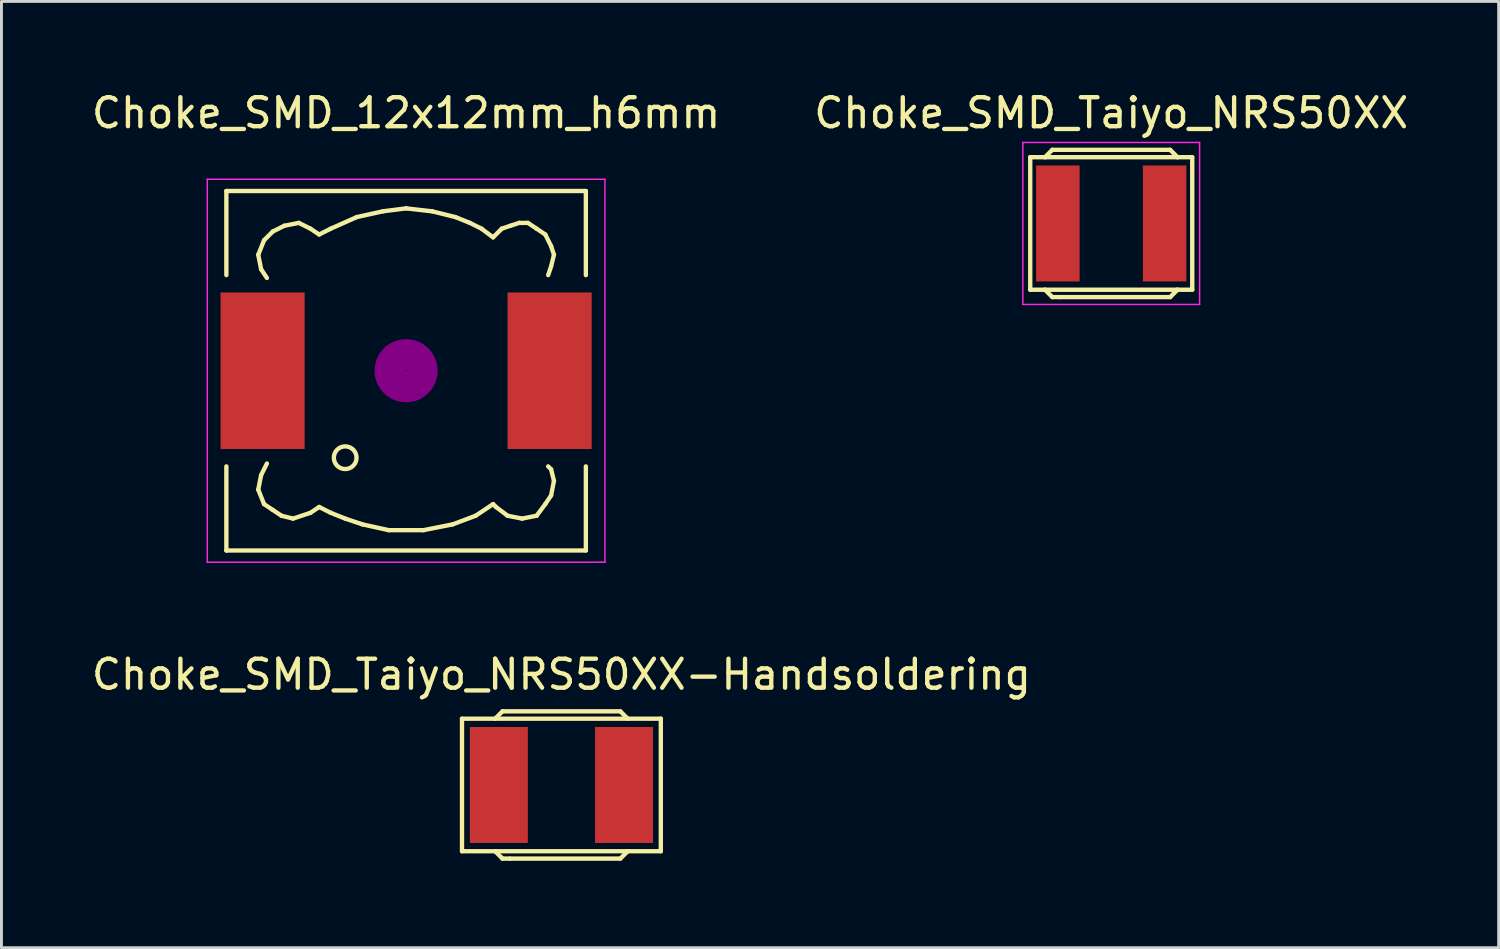
<source format=kicad_pcb>
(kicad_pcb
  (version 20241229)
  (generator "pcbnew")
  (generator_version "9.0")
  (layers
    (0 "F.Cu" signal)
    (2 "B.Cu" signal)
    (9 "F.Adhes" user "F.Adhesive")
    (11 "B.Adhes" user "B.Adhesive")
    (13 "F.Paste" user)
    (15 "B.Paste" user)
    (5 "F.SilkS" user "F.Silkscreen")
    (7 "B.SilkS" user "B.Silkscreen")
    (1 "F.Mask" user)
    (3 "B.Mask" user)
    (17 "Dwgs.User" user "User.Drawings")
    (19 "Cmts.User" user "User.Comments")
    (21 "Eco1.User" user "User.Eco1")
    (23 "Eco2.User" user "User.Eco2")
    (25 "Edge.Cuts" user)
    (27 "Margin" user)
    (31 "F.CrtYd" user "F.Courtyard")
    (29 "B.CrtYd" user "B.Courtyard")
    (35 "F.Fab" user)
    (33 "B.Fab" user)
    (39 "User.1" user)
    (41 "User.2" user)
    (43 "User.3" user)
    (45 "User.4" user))
  (footprint "Choke_SMD_Taiyo_NRS50XX-Handsoldering"
    (layer "F.Cu")
    (at 16.315 24.026)
    (property "Reference" "Choke_SMD_Taiyo_NRS50XX-Handsoldering" (at 0 -3.81 0) (layer "F.SilkS") (effects (font (size 1 1) (thickness 0.15))))
    (attr smd)
    (fp_line (start -3.429 -2.286) (end -3.429 2.286) (stroke (width 0.15) (type solid)) (layer "F.SilkS"))
    (fp_line (start -3.429 2.286) (end -2.286 2.286) (stroke (width 0.15) (type solid)) (layer "F.SilkS"))
    (fp_line (start -2.286 -2.286) (end -3.429 -2.286) (stroke (width 0.15) (type solid)) (layer "F.SilkS"))
    (fp_line (start -2.286 -2.286) (end -2.032 -2.54) (stroke (width 0.15) (type solid)) (layer "F.SilkS"))
    (fp_line (start -2.286 -2.286) (end 2.286 -2.286) (stroke (width 0.15) (type solid)) (layer "F.SilkS"))
    (fp_line (start -2.286 2.286) (end 2.286 2.286) (stroke (width 0.15) (type solid)) (layer "F.SilkS"))
    (fp_line (start -2.032 -2.54) (end 2.032 -2.54) (stroke (width 0.15) (type solid)) (layer "F.SilkS"))
    (fp_line (start -2.032 2.54) (end -2.286 2.286) (stroke (width 0.15) (type solid)) (layer "F.SilkS"))
    (fp_line (start -1.778 2.54) (end -2.032 2.54) (stroke (width 0.15) (type solid)) (layer "F.SilkS"))
    (fp_line (start 2.032 -2.54) (end 2.286 -2.286) (stroke (width 0.15) (type solid)) (layer "F.SilkS"))
    (fp_line (start 2.032 2.54) (end -1.778 2.54) (stroke (width 0.15) (type solid)) (layer "F.SilkS"))
    (fp_line (start 2.286 -2.286) (end 3.429 -2.286) (stroke (width 0.15) (type solid)) (layer "F.SilkS"))
    (fp_line (start 2.286 2.286) (end 2.032 2.54) (stroke (width 0.15) (type solid)) (layer "F.SilkS"))
    (fp_line (start 3.429 -2.286) (end 3.429 2.286) (stroke (width 0.15) (type solid)) (layer "F.SilkS"))
    (fp_line (start 3.429 2.286) (end 2.286 2.286) (stroke (width 0.15) (type solid)) (layer "F.SilkS"))
    (pad "1" smd rect (at -2.159 0) (size 2 4) (layers "F.Cu" "F.Mask" "F.Paste"))
    (pad "2" smd rect (at 2.159 0) (size 2 4) (layers "F.Cu" "F.Mask" "F.Paste")))
  (footprint "Choke_SMD_12x12mm_h6mm"
    (layer "F.Cu")
    (at 10.958 9.738)
    (property "Reference" "Choke_SMD_12x12mm_h6mm" (at 0 -8.89 0) (layer "F.SilkS") (effects (font (size 1 1) (thickness 0.15))))
    (attr smd)
    (fp_line (start -6.2 -6.2) (end -6.2 -3.299) (stroke (width 0.15) (type solid)) (layer "F.SilkS"))
    (fp_line (start -6.2 3.299) (end -6.2 6.2) (stroke (width 0.15) (type solid)) (layer "F.SilkS"))
    (fp_line (start -6.2 6.2) (end 6.2 6.2) (stroke (width 0.15) (type solid)) (layer "F.SilkS"))
    (fp_line (start -5.1 -4) (end -5.001 -3.5) (stroke (width 0.15) (type solid)) (layer "F.SilkS"))
    (fp_line (start -5.1 4.1) (end -5.001 3.599) (stroke (width 0.15) (type solid)) (layer "F.SilkS"))
    (fp_line (start -5.001 -3.5) (end -4.801 -3.2) (stroke (width 0.15) (type solid)) (layer "F.SilkS"))
    (fp_line (start -5.001 3.599) (end -4.801 3.2) (stroke (width 0.15) (type solid)) (layer "F.SilkS"))
    (fp_line (start -4.9 -4.501) (end -5.1 -4) (stroke (width 0.15) (type solid)) (layer "F.SilkS"))
    (fp_line (start -4.9 4.6) (end -5.1 4.1) (stroke (width 0.15) (type solid)) (layer "F.SilkS"))
    (fp_line (start -4.6 -4.801) (end -4.9 -4.501) (stroke (width 0.15) (type solid)) (layer "F.SilkS"))
    (fp_line (start -4.6 4.801) (end -4.9 4.6) (stroke (width 0.15) (type solid)) (layer "F.SilkS"))
    (fp_line (start -4.3 5.001) (end -4.6 4.801) (stroke (width 0.15) (type solid)) (layer "F.SilkS"))
    (fp_line (start -4.201 -5.001) (end -4.6 -4.801) (stroke (width 0.15) (type solid)) (layer "F.SilkS"))
    (fp_line (start -3.899 5.1) (end -4.3 5.001) (stroke (width 0.15) (type solid)) (layer "F.SilkS"))
    (fp_line (start -3.701 -5.1) (end -4.201 -5.001) (stroke (width 0.15) (type solid)) (layer "F.SilkS"))
    (fp_line (start -3.299 -4.9) (end -3.701 -5.1) (stroke (width 0.15) (type solid)) (layer "F.SilkS"))
    (fp_line (start -3.299 4.9) (end -3.899 5.1) (stroke (width 0.15) (type solid)) (layer "F.SilkS"))
    (fp_line (start -3 -4.699) (end -3.299 -4.9) (stroke (width 0.15) (type solid)) (layer "F.SilkS"))
    (fp_line (start -3 4.699) (end -3.299 4.9) (stroke (width 0.15) (type solid)) (layer "F.SilkS"))
    (fp_line (start -2.601 -4.9) (end -3 -4.699) (stroke (width 0.15) (type solid)) (layer "F.SilkS"))
    (fp_line (start -2.601 4.9) (end -3 4.699) (stroke (width 0.15) (type solid)) (layer "F.SilkS"))
    (fp_line (start -2.101 5.1) (end -2.601 4.9) (stroke (width 0.15) (type solid)) (layer "F.SilkS"))
    (fp_line (start -1.699 -5.301) (end -2.601 -4.9) (stroke (width 0.15) (type solid)) (layer "F.SilkS"))
    (fp_line (start -1.501 5.301) (end -2.101 5.1) (stroke (width 0.15) (type solid)) (layer "F.SilkS"))
    (fp_line (start -0.8 -5.499) (end -1.699 -5.301) (stroke (width 0.15) (type solid)) (layer "F.SilkS"))
    (fp_line (start -0.599 5.499) (end -1.501 5.301) (stroke (width 0.15) (type solid)) (layer "F.SilkS"))
    (fp_line (start 0 -5.601) (end -0.8 -5.499) (stroke (width 0.15) (type solid)) (layer "F.SilkS"))
    (fp_line (start 0.599 5.499) (end -0.599 5.499) (stroke (width 0.15) (type solid)) (layer "F.SilkS"))
    (fp_line (start 0.899 -5.499) (end 0 -5.601) (stroke (width 0.15) (type solid)) (layer "F.SilkS"))
    (fp_line (start 1.6 5.301) (end 0.599 5.499) (stroke (width 0.15) (type solid)) (layer "F.SilkS"))
    (fp_line (start 1.699 -5.301) (end 0.899 -5.499) (stroke (width 0.15) (type solid)) (layer "F.SilkS"))
    (fp_line (start 2.2 -5.1) (end 1.699 -5.301) (stroke (width 0.15) (type solid)) (layer "F.SilkS"))
    (fp_line (start 2.4 5.001) (end 1.6 5.301) (stroke (width 0.15) (type solid)) (layer "F.SilkS"))
    (fp_line (start 2.601 -4.9) (end 2.2 -5.1) (stroke (width 0.15) (type solid)) (layer "F.SilkS"))
    (fp_line (start 3 -4.6) (end 2.601 -4.9) (stroke (width 0.15) (type solid)) (layer "F.SilkS"))
    (fp_line (start 3 4.6) (end 2.4 5.001) (stroke (width 0.15) (type solid)) (layer "F.SilkS"))
    (fp_line (start 3.099 4.699) (end 3 4.6) (stroke (width 0.15) (type solid)) (layer "F.SilkS"))
    (fp_line (start 3.299 -4.9) (end 3 -4.6) (stroke (width 0.15) (type solid)) (layer "F.SilkS"))
    (fp_line (start 3.5 5.001) (end 3.099 4.699) (stroke (width 0.15) (type solid)) (layer "F.SilkS"))
    (fp_line (start 3.599 -5.001) (end 3.299 -4.9) (stroke (width 0.15) (type solid)) (layer "F.SilkS"))
    (fp_line (start 3.899 -5.1) (end 3.599 -5.001) (stroke (width 0.15) (type solid)) (layer "F.SilkS"))
    (fp_line (start 4 5.1) (end 3.5 5.001) (stroke (width 0.15) (type solid)) (layer "F.SilkS"))
    (fp_line (start 4.201 -5.1) (end 3.899 -5.1) (stroke (width 0.15) (type solid)) (layer "F.SilkS"))
    (fp_line (start 4.501 -4.9) (end 4.201 -5.1) (stroke (width 0.15) (type solid)) (layer "F.SilkS"))
    (fp_line (start 4.501 5.001) (end 4 5.1) (stroke (width 0.15) (type solid)) (layer "F.SilkS"))
    (fp_line (start 4.801 -4.699) (end 4.501 -4.9) (stroke (width 0.15) (type solid)) (layer "F.SilkS"))
    (fp_line (start 4.801 4.6) (end 4.501 5.001) (stroke (width 0.15) (type solid)) (layer "F.SilkS"))
    (fp_line (start 4.9 -3.299) (end 5.001 -3.599) (stroke (width 0.15) (type solid)) (layer "F.SilkS"))
    (fp_line (start 4.9 3.299) (end 5.001 3.401) (stroke (width 0.15) (type solid)) (layer "F.SilkS"))
    (fp_line (start 5.001 -4.3) (end 4.801 -4.699) (stroke (width 0.15) (type solid)) (layer "F.SilkS"))
    (fp_line (start 5.001 -3.599) (end 5.1 -4) (stroke (width 0.15) (type solid)) (layer "F.SilkS"))
    (fp_line (start 5.001 3.401) (end 5.1 3.8) (stroke (width 0.15) (type solid)) (layer "F.SilkS"))
    (fp_line (start 5.001 4.3) (end 4.801 4.6) (stroke (width 0.15) (type solid)) (layer "F.SilkS"))
    (fp_line (start 5.1 -4) (end 5.001 -4.3) (stroke (width 0.15) (type solid)) (layer "F.SilkS"))
    (fp_line (start 5.1 3.8) (end 5.001 4.3) (stroke (width 0.15) (type solid)) (layer "F.SilkS"))
    (fp_line (start 6.2 -6.2) (end -6.2 -6.2) (stroke (width 0.15) (type solid)) (layer "F.SilkS"))
    (fp_line (start 6.2 -6.2) (end 6.2 -3.299) (stroke (width 0.15) (type solid)) (layer "F.SilkS"))
    (fp_line (start 6.2 6.2) (end 6.2 3.299) (stroke (width 0.15) (type solid)) (layer "F.SilkS"))
    (fp_circle (center -2.101 3) (end -1.801 3.251) (stroke (width 0.15) (type solid)) (fill no) (layer "F.SilkS"))
    (fp_circle (center 0 0) (end 0.15 0.15) (stroke (width 0.381) (type solid)) (fill no) (layer "F.Adhes"))
    (fp_circle (center 0 0) (end 0.551 0) (stroke (width 0.381) (type solid)) (fill no) (layer "F.Adhes"))
    (fp_circle (center 0 0) (end 0.899 0) (stroke (width 0.381) (type solid)) (fill no) (layer "F.Adhes"))
    (fp_line (start -6.858 -6.604) (end 6.858 -6.604) (stroke (width 0.05) (type solid)) (layer "F.CrtYd"))
    (fp_line (start -6.858 6.604) (end -6.858 -6.604) (stroke (width 0.05) (type solid)) (layer "F.CrtYd"))
    (fp_line (start 6.858 -6.604) (end 6.858 6.604) (stroke (width 0.05) (type solid)) (layer "F.CrtYd"))
    (fp_line (start 6.858 6.604) (end -6.858 6.604) (stroke (width 0.05) (type solid)) (layer "F.CrtYd"))
    (pad "1" smd rect (at -4.95 0) (size 2.901 5.4) (layers "F.Cu" "F.Mask" "F.Paste"))
    (pad "2" smd rect (at 4.95 0) (size 2.901 5.4) (layers "F.Cu" "F.Mask" "F.Paste")))
  (footprint "Choke_SMD_Taiyo_NRS50XX"
    (layer "F.Cu")
    (at 35.28 4.658)
    (property "Reference" "Choke_SMD_Taiyo_NRS50XX" (at 0 -3.81 0) (layer "F.SilkS") (effects (font (size 1 1) (thickness 0.15))))
    (attr smd)
    (fp_line (start -2.794 -2.286) (end -2.794 2.286) (stroke (width 0.15) (type solid)) (layer "F.SilkS"))
    (fp_line (start -2.794 2.286) (end -2.286 2.286) (stroke (width 0.15) (type solid)) (layer "F.SilkS"))
    (fp_line (start -2.286 -2.286) (end -2.794 -2.286) (stroke (width 0.15) (type solid)) (layer "F.SilkS"))
    (fp_line (start -2.286 -2.286) (end -2.032 -2.54) (stroke (width 0.15) (type solid)) (layer "F.SilkS"))
    (fp_line (start -2.286 -2.286) (end 2.286 -2.286) (stroke (width 0.15) (type solid)) (layer "F.SilkS"))
    (fp_line (start -2.286 2.286) (end 2.286 2.286) (stroke (width 0.15) (type solid)) (layer "F.SilkS"))
    (fp_line (start -2.032 -2.54) (end 2.032 -2.54) (stroke (width 0.15) (type solid)) (layer "F.SilkS"))
    (fp_line (start -2.032 2.54) (end -2.286 2.286) (stroke (width 0.15) (type solid)) (layer "F.SilkS"))
    (fp_line (start -1.778 2.54) (end -2.032 2.54) (stroke (width 0.15) (type solid)) (layer "F.SilkS"))
    (fp_line (start 2.032 -2.54) (end 2.286 -2.286) (stroke (width 0.15) (type solid)) (layer "F.SilkS"))
    (fp_line (start 2.032 2.54) (end -1.778 2.54) (stroke (width 0.15) (type solid)) (layer "F.SilkS"))
    (fp_line (start 2.286 -2.286) (end 2.794 -2.286) (stroke (width 0.15) (type solid)) (layer "F.SilkS"))
    (fp_line (start 2.286 2.286) (end 2.032 2.54) (stroke (width 0.15) (type solid)) (layer "F.SilkS"))
    (fp_line (start 2.794 -2.286) (end 2.794 2.286) (stroke (width 0.15) (type solid)) (layer "F.SilkS"))
    (fp_line (start 2.794 2.286) (end 2.286 2.286) (stroke (width 0.15) (type solid)) (layer "F.SilkS"))
    (fp_line (start -3.048 -2.794) (end 3.048 -2.794) (stroke (width 0.05) (type solid)) (layer "F.CrtYd"))
    (fp_line (start -3.048 2.794) (end -3.048 -2.794) (stroke (width 0.05) (type solid)) (layer "F.CrtYd"))
    (fp_line (start 3.048 -2.794) (end 3.048 2.794) (stroke (width 0.05) (type solid)) (layer "F.CrtYd"))
    (fp_line (start 3.048 2.794) (end -3.048 2.794) (stroke (width 0.05) (type solid)) (layer "F.CrtYd"))
    (pad "1" smd rect (at -1.841 0) (size 1.5 4) (layers "F.Cu" "F.Mask" "F.Paste"))
    (pad "2" smd rect (at 1.841 0) (size 1.5 4) (layers "F.Cu" "F.Mask" "F.Paste")))
  (gr_rect
    (start -3 -3)
    (end 48.643 29.64)
    (stroke (width 0.1) (type default))
    (fill no)
    (layer "Edge.Cuts")))
</source>
